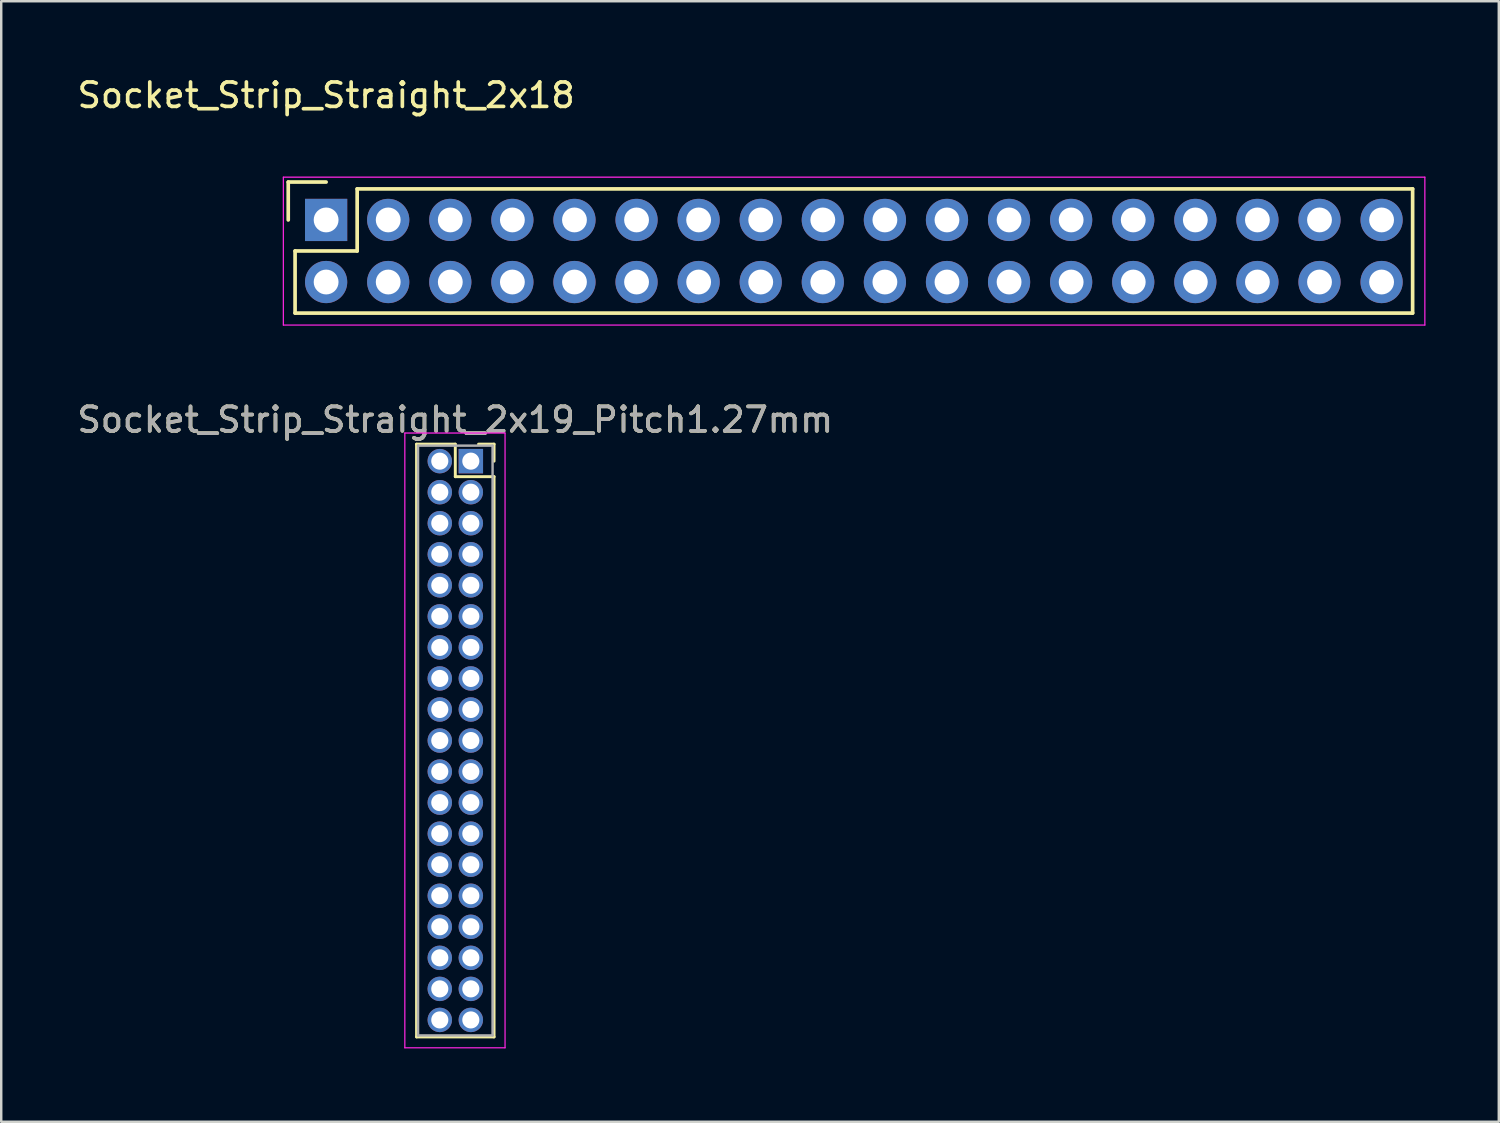
<source format=kicad_pcb>
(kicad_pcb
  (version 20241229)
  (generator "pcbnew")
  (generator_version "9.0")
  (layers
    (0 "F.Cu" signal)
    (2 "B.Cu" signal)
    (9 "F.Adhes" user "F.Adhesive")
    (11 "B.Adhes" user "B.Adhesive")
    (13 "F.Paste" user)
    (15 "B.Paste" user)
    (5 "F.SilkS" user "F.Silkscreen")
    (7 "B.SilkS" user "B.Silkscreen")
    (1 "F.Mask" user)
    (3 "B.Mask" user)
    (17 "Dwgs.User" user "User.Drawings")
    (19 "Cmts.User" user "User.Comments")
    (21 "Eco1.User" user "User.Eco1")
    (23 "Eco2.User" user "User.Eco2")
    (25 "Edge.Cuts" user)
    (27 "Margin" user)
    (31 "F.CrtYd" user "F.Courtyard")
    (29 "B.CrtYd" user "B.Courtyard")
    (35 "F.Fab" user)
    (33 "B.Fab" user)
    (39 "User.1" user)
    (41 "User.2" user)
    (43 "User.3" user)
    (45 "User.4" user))
  (footprint "Socket_Strip_Straight_2x18"
    (layer "F.Cu")
    (at 10.292 5.948)
    (property "Reference" "Socket_Strip_Straight_2x18" (at 0 -5.1 0) (layer "F.SilkS") (effects (font (size 1 1) (thickness 0.15))))
    (attr through_hole)
    (fp_line (start -1.55 -1.55) (end -1.55 0) (stroke (width 0.15) (type solid)) (layer "F.SilkS"))
    (fp_line (start -1.27 1.27) (end 1.27 1.27) (stroke (width 0.15) (type solid)) (layer "F.SilkS"))
    (fp_line (start -1.27 3.81) (end -1.27 1.27) (stroke (width 0.15) (type solid)) (layer "F.SilkS"))
    (fp_line (start -1.27 3.81) (end 44.45 3.81) (stroke (width 0.15) (type solid)) (layer "F.SilkS"))
    (fp_line (start 0 -1.55) (end -1.55 -1.55) (stroke (width 0.15) (type solid)) (layer "F.SilkS"))
    (fp_line (start 1.27 1.27) (end 1.27 -1.27) (stroke (width 0.15) (type solid)) (layer "F.SilkS"))
    (fp_line (start 44.45 -1.27) (end 1.27 -1.27) (stroke (width 0.15) (type solid)) (layer "F.SilkS"))
    (fp_line (start 44.45 3.81) (end 44.45 -1.27) (stroke (width 0.15) (type solid)) (layer "F.SilkS"))
    (fp_line (start -1.75 -1.75) (end -1.75 4.3) (stroke (width 0.05) (type solid)) (layer "F.CrtYd"))
    (fp_line (start -1.75 -1.75) (end 44.95 -1.75) (stroke (width 0.05) (type solid)) (layer "F.CrtYd"))
    (fp_line (start -1.75 4.3) (end 44.95 4.3) (stroke (width 0.05) (type solid)) (layer "F.CrtYd"))
    (fp_line (start 44.95 -1.75) (end 44.95 4.3) (stroke (width 0.05) (type solid)) (layer "F.CrtYd"))
    (pad "1" thru_hole rect (at 0 0) (size 1.727 1.727) (drill 1.016) (layers "*.Cu" "*.Mask"))
    (pad "2" thru_hole oval (at 0 2.54) (size 1.727 1.727) (drill 1.016) (layers "*.Cu" "*.Mask"))
    (pad "3" thru_hole oval (at 2.54 0) (size 1.727 1.727) (drill 1.016) (layers "*.Cu" "*.Mask"))
    (pad "4" thru_hole oval (at 2.54 2.54) (size 1.727 1.727) (drill 1.016) (layers "*.Cu" "*.Mask"))
    (pad "5" thru_hole oval (at 5.08 0) (size 1.727 1.727) (drill 1.016) (layers "*.Cu" "*.Mask"))
    (pad "6" thru_hole oval (at 5.08 2.54) (size 1.727 1.727) (drill 1.016) (layers "*.Cu" "*.Mask"))
    (pad "7" thru_hole oval (at 7.62 0) (size 1.727 1.727) (drill 1.016) (layers "*.Cu" "*.Mask"))
    (pad "8" thru_hole oval (at 7.62 2.54) (size 1.727 1.727) (drill 1.016) (layers "*.Cu" "*.Mask"))
    (pad "9" thru_hole oval (at 10.16 0) (size 1.727 1.727) (drill 1.016) (layers "*.Cu" "*.Mask"))
    (pad "10" thru_hole oval (at 10.16 2.54) (size 1.727 1.727) (drill 1.016) (layers "*.Cu" "*.Mask"))
    (pad "11" thru_hole oval (at 12.7 0) (size 1.727 1.727) (drill 1.016) (layers "*.Cu" "*.Mask"))
    (pad "12" thru_hole oval (at 12.7 2.54) (size 1.727 1.727) (drill 1.016) (layers "*.Cu" "*.Mask"))
    (pad "13" thru_hole oval (at 15.24 0) (size 1.727 1.727) (drill 1.016) (layers "*.Cu" "*.Mask"))
    (pad "14" thru_hole oval (at 15.24 2.54) (size 1.727 1.727) (drill 1.016) (layers "*.Cu" "*.Mask"))
    (pad "15" thru_hole oval (at 17.78 0) (size 1.727 1.727) (drill 1.016) (layers "*.Cu" "*.Mask"))
    (pad "16" thru_hole oval (at 17.78 2.54) (size 1.727 1.727) (drill 1.016) (layers "*.Cu" "*.Mask"))
    (pad "17" thru_hole oval (at 20.32 0) (size 1.727 1.727) (drill 1.016) (layers "*.Cu" "*.Mask"))
    (pad "18" thru_hole oval (at 20.32 2.54) (size 1.727 1.727) (drill 1.016) (layers "*.Cu" "*.Mask"))
    (pad "19" thru_hole oval (at 22.86 0) (size 1.727 1.727) (drill 1.016) (layers "*.Cu" "*.Mask"))
    (pad "20" thru_hole oval (at 22.86 2.54) (size 1.727 1.727) (drill 1.016) (layers "*.Cu" "*.Mask"))
    (pad "21" thru_hole oval (at 25.4 0) (size 1.727 1.727) (drill 1.016) (layers "*.Cu" "*.Mask"))
    (pad "22" thru_hole oval (at 25.4 2.54) (size 1.727 1.727) (drill 1.016) (layers "*.Cu" "*.Mask"))
    (pad "23" thru_hole oval (at 27.94 0) (size 1.727 1.727) (drill 1.016) (layers "*.Cu" "*.Mask"))
    (pad "24" thru_hole oval (at 27.94 2.54) (size 1.727 1.727) (drill 1.016) (layers "*.Cu" "*.Mask"))
    (pad "25" thru_hole oval (at 30.48 0) (size 1.727 1.727) (drill 1.016) (layers "*.Cu" "*.Mask"))
    (pad "26" thru_hole oval (at 30.48 2.54) (size 1.727 1.727) (drill 1.016) (layers "*.Cu" "*.Mask"))
    (pad "27" thru_hole oval (at 33.02 0) (size 1.727 1.727) (drill 1.016) (layers "*.Cu" "*.Mask"))
    (pad "28" thru_hole oval (at 33.02 2.54) (size 1.727 1.727) (drill 1.016) (layers "*.Cu" "*.Mask"))
    (pad "29" thru_hole oval (at 35.56 0) (size 1.727 1.727) (drill 1.016) (layers "*.Cu" "*.Mask"))
    (pad "30" thru_hole oval (at 35.56 2.54) (size 1.727 1.727) (drill 1.016) (layers "*.Cu" "*.Mask"))
    (pad "31" thru_hole oval (at 38.1 0) (size 1.727 1.727) (drill 1.016) (layers "*.Cu" "*.Mask"))
    (pad "32" thru_hole oval (at 38.1 2.54) (size 1.727 1.727) (drill 1.016) (layers "*.Cu" "*.Mask"))
    (pad "33" thru_hole oval (at 40.64 0) (size 1.727 1.727) (drill 1.016) (layers "*.Cu" "*.Mask"))
    (pad "34" thru_hole oval (at 40.64 2.54) (size 1.727 1.727) (drill 1.016) (layers "*.Cu" "*.Mask"))
    (pad "35" thru_hole oval (at 43.18 0) (size 1.727 1.727) (drill 1.016) (layers "*.Cu" "*.Mask"))
    (pad "36" thru_hole oval (at 43.18 2.54) (size 1.727 1.727) (drill 1.016) (layers "*.Cu" "*.Mask")))
  (footprint "Socket_Strip_Straight_2x19_Pitch1.27mm"
    (layer "F.Cu")
    (at 16.212 15.816)
    (property "Reference" "Socket_Strip_Straight_2x19_Pitch1.27mm" (at -0.635 -1.695 0) (layer "F.SilkS") (effects (font (size 1 1) (thickness 0.15))))
    (attr through_hole)
    (fp_line (start -2.22 -0.695) (end -0.635 -0.695) (stroke (width 0.12) (type solid)) (layer "F.SilkS"))
    (fp_line (start -2.22 23.555) (end -2.22 -0.695) (stroke (width 0.12) (type solid)) (layer "F.SilkS"))
    (fp_line (start -0.635 -0.695) (end -0.635 0.635) (stroke (width 0.12) (type solid)) (layer "F.SilkS"))
    (fp_line (start -0.635 0.635) (end 0.95 0.635) (stroke (width 0.12) (type solid)) (layer "F.SilkS"))
    (fp_line (start 0.95 -0.695) (end 0.315 -0.695) (stroke (width 0.12) (type solid)) (layer "F.SilkS"))
    (fp_line (start 0.95 0) (end 0.95 -0.695) (stroke (width 0.12) (type solid)) (layer "F.SilkS"))
    (fp_line (start 0.95 0.635) (end 0.95 23.555) (stroke (width 0.12) (type solid)) (layer "F.SilkS"))
    (fp_line (start 0.95 23.555) (end -2.22 23.555) (stroke (width 0.12) (type solid)) (layer "F.SilkS"))
    (fp_line (start -2.7 -1.15) (end -2.7 24) (stroke (width 0.05) (type solid)) (layer "F.CrtYd"))
    (fp_line (start -2.7 24) (end 1.4 24) (stroke (width 0.05) (type solid)) (layer "F.CrtYd"))
    (fp_line (start 1.4 -1.15) (end -2.7 -1.15) (stroke (width 0.05) (type solid)) (layer "F.CrtYd"))
    (fp_line (start 1.4 24) (end 1.4 -1.15) (stroke (width 0.05) (type solid)) (layer "F.CrtYd"))
    (fp_line (start -2.16 -0.635) (end -2.16 23.495) (stroke (width 0.1) (type solid)) (layer "F.Fab"))
    (fp_line (start -2.16 23.495) (end 0.89 23.495) (stroke (width 0.1) (type solid)) (layer "F.Fab"))
    (fp_line (start 0.89 -0.635) (end -2.16 -0.635) (stroke (width 0.1) (type solid)) (layer "F.Fab"))
    (fp_line (start 0.89 23.495) (end 0.89 -0.635) (stroke (width 0.1) (type solid)) (layer "F.Fab"))
    (fp_text user "${REFERENCE}" (at -0.635 -1.695 0) (layer "F.Fab") (effects (font (size 1 1) (thickness 0.15))))
    (pad "1" thru_hole rect (at 0 0) (size 1 1) (drill 0.7) (layers "*.Cu" "*.Mask"))
    (pad "2" thru_hole oval (at -1.27 0) (size 1 1) (drill 0.7) (layers "*.Cu" "*.Mask"))
    (pad "3" thru_hole oval (at 0 1.27) (size 1 1) (drill 0.7) (layers "*.Cu" "*.Mask"))
    (pad "4" thru_hole oval (at -1.27 1.27) (size 1 1) (drill 0.7) (layers "*.Cu" "*.Mask"))
    (pad "5" thru_hole oval (at 0 2.54) (size 1 1) (drill 0.7) (layers "*.Cu" "*.Mask"))
    (pad "6" thru_hole oval (at -1.27 2.54) (size 1 1) (drill 0.7) (layers "*.Cu" "*.Mask"))
    (pad "7" thru_hole oval (at 0 3.81) (size 1 1) (drill 0.7) (layers "*.Cu" "*.Mask"))
    (pad "8" thru_hole oval (at -1.27 3.81) (size 1 1) (drill 0.7) (layers "*.Cu" "*.Mask"))
    (pad "9" thru_hole oval (at 0 5.08) (size 1 1) (drill 0.7) (layers "*.Cu" "*.Mask"))
    (pad "10" thru_hole oval (at -1.27 5.08) (size 1 1) (drill 0.7) (layers "*.Cu" "*.Mask"))
    (pad "11" thru_hole oval (at 0 6.35) (size 1 1) (drill 0.7) (layers "*.Cu" "*.Mask"))
    (pad "12" thru_hole oval (at -1.27 6.35) (size 1 1) (drill 0.7) (layers "*.Cu" "*.Mask"))
    (pad "13" thru_hole oval (at 0 7.62) (size 1 1) (drill 0.7) (layers "*.Cu" "*.Mask"))
    (pad "14" thru_hole oval (at -1.27 7.62) (size 1 1) (drill 0.7) (layers "*.Cu" "*.Mask"))
    (pad "15" thru_hole oval (at 0 8.89) (size 1 1) (drill 0.7) (layers "*.Cu" "*.Mask"))
    (pad "16" thru_hole oval (at -1.27 8.89) (size 1 1) (drill 0.7) (layers "*.Cu" "*.Mask"))
    (pad "17" thru_hole oval (at 0 10.16) (size 1 1) (drill 0.7) (layers "*.Cu" "*.Mask"))
    (pad "18" thru_hole oval (at -1.27 10.16) (size 1 1) (drill 0.7) (layers "*.Cu" "*.Mask"))
    (pad "19" thru_hole oval (at 0 11.43) (size 1 1) (drill 0.7) (layers "*.Cu" "*.Mask"))
    (pad "20" thru_hole oval (at -1.27 11.43) (size 1 1) (drill 0.7) (layers "*.Cu" "*.Mask"))
    (pad "21" thru_hole oval (at 0 12.7) (size 1 1) (drill 0.7) (layers "*.Cu" "*.Mask"))
    (pad "22" thru_hole oval (at -1.27 12.7) (size 1 1) (drill 0.7) (layers "*.Cu" "*.Mask"))
    (pad "23" thru_hole oval (at 0 13.97) (size 1 1) (drill 0.7) (layers "*.Cu" "*.Mask"))
    (pad "24" thru_hole oval (at -1.27 13.97) (size 1 1) (drill 0.7) (layers "*.Cu" "*.Mask"))
    (pad "25" thru_hole oval (at 0 15.24) (size 1 1) (drill 0.7) (layers "*.Cu" "*.Mask"))
    (pad "26" thru_hole oval (at -1.27 15.24) (size 1 1) (drill 0.7) (layers "*.Cu" "*.Mask"))
    (pad "27" thru_hole oval (at 0 16.51) (size 1 1) (drill 0.7) (layers "*.Cu" "*.Mask"))
    (pad "28" thru_hole oval (at -1.27 16.51) (size 1 1) (drill 0.7) (layers "*.Cu" "*.Mask"))
    (pad "29" thru_hole oval (at 0 17.78) (size 1 1) (drill 0.7) (layers "*.Cu" "*.Mask"))
    (pad "30" thru_hole oval (at -1.27 17.78) (size 1 1) (drill 0.7) (layers "*.Cu" "*.Mask"))
    (pad "31" thru_hole oval (at 0 19.05) (size 1 1) (drill 0.7) (layers "*.Cu" "*.Mask"))
    (pad "32" thru_hole oval (at -1.27 19.05) (size 1 1) (drill 0.7) (layers "*.Cu" "*.Mask"))
    (pad "33" thru_hole oval (at 0 20.32) (size 1 1) (drill 0.7) (layers "*.Cu" "*.Mask"))
    (pad "34" thru_hole oval (at -1.27 20.32) (size 1 1) (drill 0.7) (layers "*.Cu" "*.Mask"))
    (pad "35" thru_hole oval (at 0 21.59) (size 1 1) (drill 0.7) (layers "*.Cu" "*.Mask"))
    (pad "36" thru_hole oval (at -1.27 21.59) (size 1 1) (drill 0.7) (layers "*.Cu" "*.Mask"))
    (pad "37" thru_hole oval (at 0 22.86) (size 1 1) (drill 0.7) (layers "*.Cu" "*.Mask"))
    (pad "38" thru_hole oval (at -1.27 22.86) (size 1 1) (drill 0.7) (layers "*.Cu" "*.Mask")))
  (gr_rect
    (start -3 -3)
    (end 58.267 42.842)
    (stroke (width 0.1) (type default))
    (fill no)
    (layer "Edge.Cuts")))
</source>
